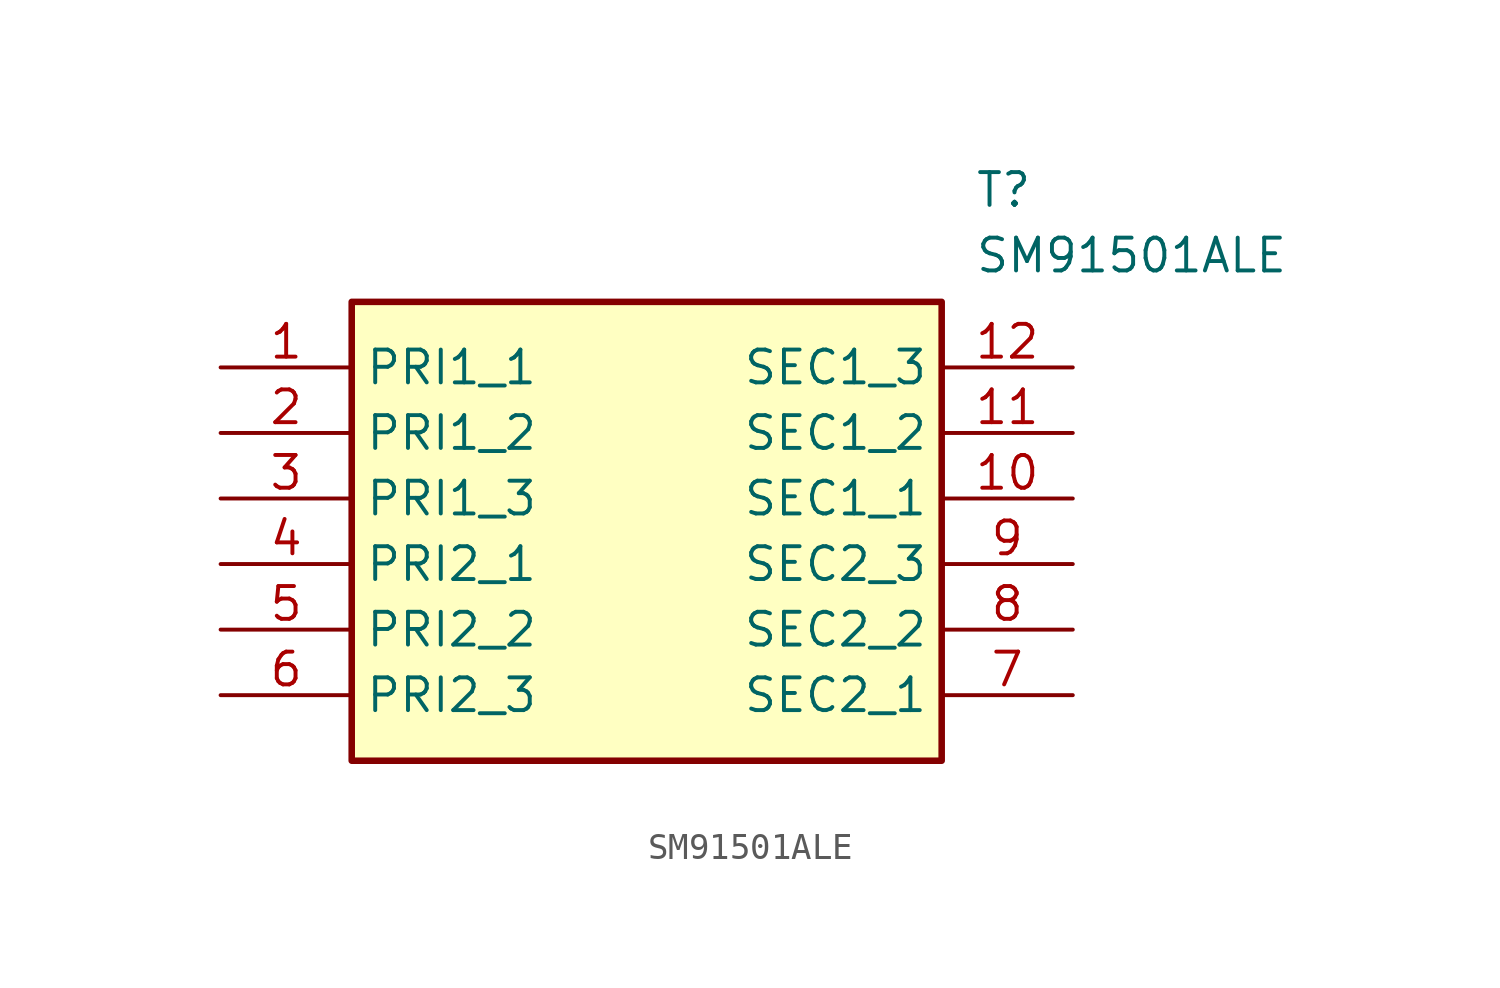
<source format=kicad_sym>
(kicad_symbol_lib
  (version 20211014)
  (generator SamacSys_ECAD_Model)
  (symbol "SM91501ALE"
    (property "Reference" "T"
      (at 29.21 7.62 0)
      (effects (font (size 1.27 1.27)) (justify left top)))
    (property "Value" "SM91501ALE"
      (at 29.21 5.08 0)
      (effects (font (size 1.27 1.27)) (justify left top)))
    (rectangle
      (start 5.08 2.54)
      (end 27.94 -15.24)
      (stroke (width 0.254) (type default))
      (fill (type background)))
    (pin passive line
      (at 0 0 0)
      (length 5.08)
      (name "PRI1_1" (effects (font (size 1.27 1.27))))
      (number "1" (effects (font (size 1.27 1.27)))))
    (pin passive line
      (at 0 -2.54 0)
      (length 5.08)
      (name "PRI1_2" (effects (font (size 1.27 1.27))))
      (number "2" (effects (font (size 1.27 1.27)))))
    (pin passive line
      (at 0 -5.08 0)
      (length 5.08)
      (name "PRI1_3" (effects (font (size 1.27 1.27))))
      (number "3" (effects (font (size 1.27 1.27)))))
    (pin passive line
      (at 0 -7.62 0)
      (length 5.08)
      (name "PRI2_1" (effects (font (size 1.27 1.27))))
      (number "4" (effects (font (size 1.27 1.27)))))
    (pin passive line
      (at 0 -10.16 0)
      (length 5.08)
      (name "PRI2_2" (effects (font (size 1.27 1.27))))
      (number "5" (effects (font (size 1.27 1.27)))))
    (pin passive line
      (at 0 -12.7 0)
      (length 5.08)
      (name "PRI2_3" (effects (font (size 1.27 1.27))))
      (number "6" (effects (font (size 1.27 1.27)))))
    (pin passive line
      (at 33.02 0 180)
      (length 5.08)
      (name "SEC1_3" (effects (font (size 1.27 1.27))))
      (number "12" (effects (font (size 1.27 1.27)))))
    (pin passive line
      (at 33.02 -2.54 180)
      (length 5.08)
      (name "SEC1_2" (effects (font (size 1.27 1.27))))
      (number "11" (effects (font (size 1.27 1.27)))))
    (pin passive line
      (at 33.02 -5.08 180)
      (length 5.08)
      (name "SEC1_1" (effects (font (size 1.27 1.27))))
      (number "10" (effects (font (size 1.27 1.27)))))
    (pin passive line
      (at 33.02 -7.62 180)
      (length 5.08)
      (name "SEC2_3" (effects (font (size 1.27 1.27))))
      (number "9" (effects (font (size 1.27 1.27)))))
    (pin passive line
      (at 33.02 -10.16 180)
      (length 5.08)
      (name "SEC2_2" (effects (font (size 1.27 1.27))))
      (number "8" (effects (font (size 1.27 1.27)))))
    (pin passive line
      (at 33.02 -12.7 180)
      (length 5.08)
      (name "SEC2_1" (effects (font (size 1.27 1.27))))
      (number "7" (effects (font (size 1.27 1.27)))))))
</source>
